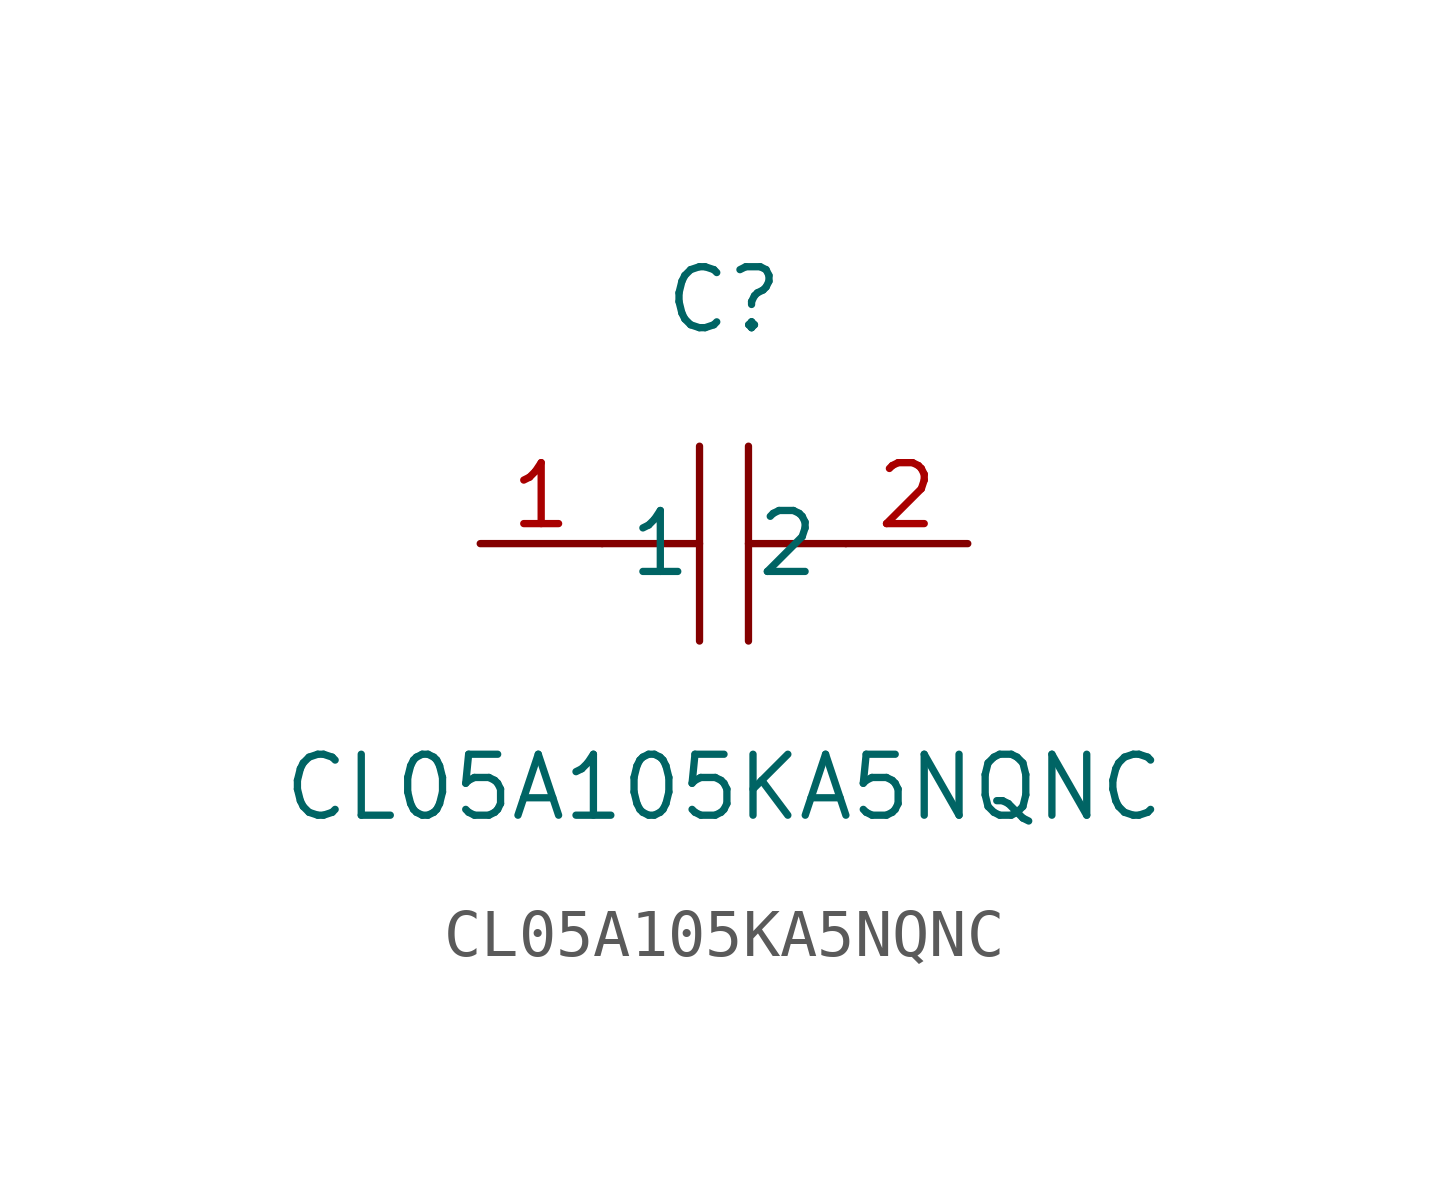
<source format=kicad_sym>
(kicad_symbol_lib
  (version 20211014)
  (generator https://github.com/uPesy/easyeda2kicad.py)
  (symbol "CL05A105KA5NQNC"
    (property "Reference" "C"
      (at 0 5.08 0)
      (effects (font (size 1.27 1.27))))
    (property "Value" "CL05A105KA5NQNC"
      (at 0 -5.08 0)
      (effects (font (size 1.27 1.27))))
    (symbol "CL05A105KA5NQNC_0_1"
      (polyline (pts (xy -0.51 -2.03) (xy -0.51 2.03)) (stroke (width 0) (type default) (color 0 0 0 0)) (fill (type none)))
      (polyline (pts (xy 2.54 -0.00) (xy 0.51 -0.00)) (stroke (width 0) (type default) (color 0 0 0 0)) (fill (type none)))
      (polyline (pts (xy 0.51 2.03) (xy 0.51 -2.03)) (stroke (width 0) (type default) (color 0 0 0 0)) (fill (type none)))
      (polyline (pts (xy -0.51 -0.00) (xy -2.54 -0.00)) (stroke (width 0) (type default) (color 0 0 0 0)) (fill (type none)))
      (pin unspecified line (at -5.08 -0.00 0) (length 2.54) (name "1" (effects (font (size 1.27 1.27)))) (number "1" (effects (font (size 1.27 1.27)))))
      (pin unspecified line (at 5.08 -0.00 180) (length 2.54) (name "2" (effects (font (size 1.27 1.27)))) (number "2" (effects (font (size 1.27 1.27))))))))
</source>
